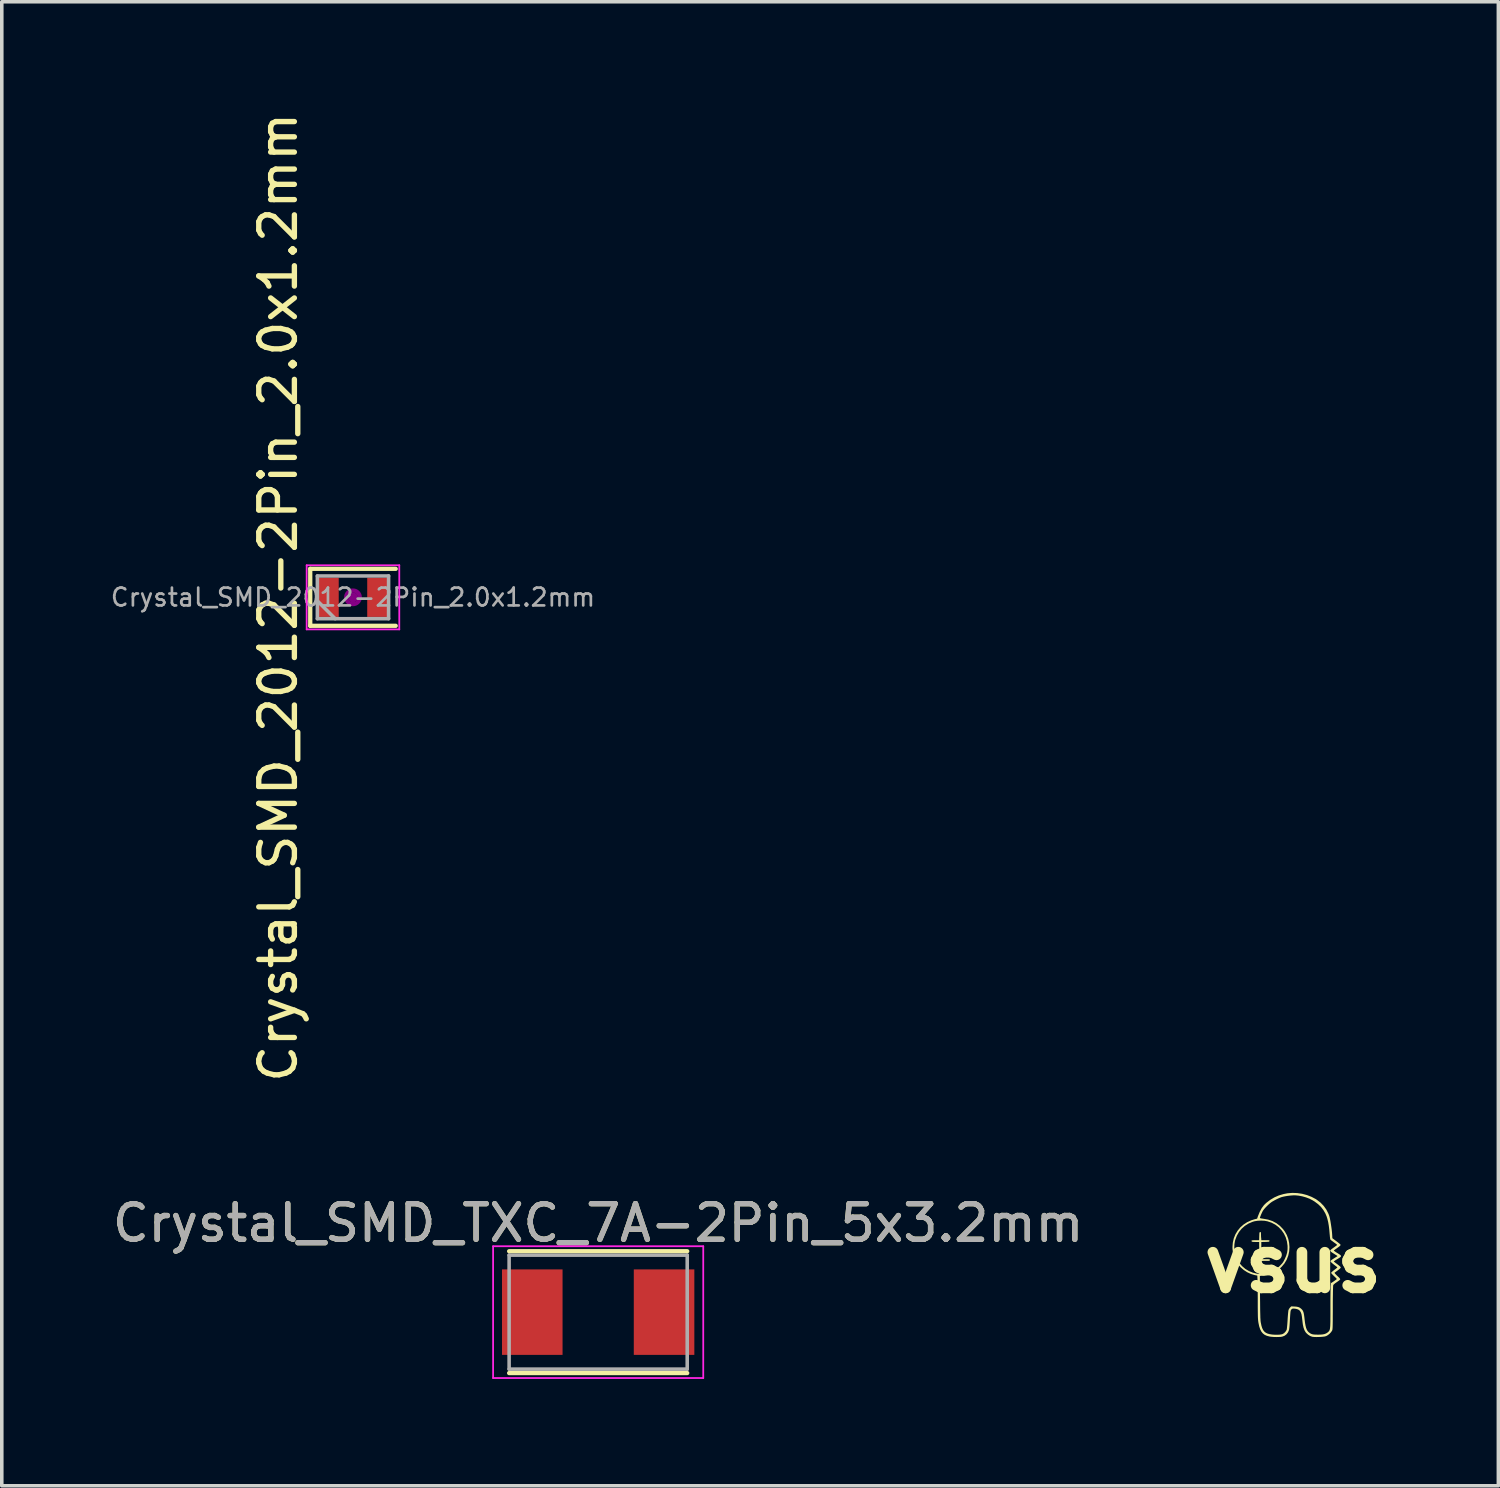
<source format=kicad_pcb>
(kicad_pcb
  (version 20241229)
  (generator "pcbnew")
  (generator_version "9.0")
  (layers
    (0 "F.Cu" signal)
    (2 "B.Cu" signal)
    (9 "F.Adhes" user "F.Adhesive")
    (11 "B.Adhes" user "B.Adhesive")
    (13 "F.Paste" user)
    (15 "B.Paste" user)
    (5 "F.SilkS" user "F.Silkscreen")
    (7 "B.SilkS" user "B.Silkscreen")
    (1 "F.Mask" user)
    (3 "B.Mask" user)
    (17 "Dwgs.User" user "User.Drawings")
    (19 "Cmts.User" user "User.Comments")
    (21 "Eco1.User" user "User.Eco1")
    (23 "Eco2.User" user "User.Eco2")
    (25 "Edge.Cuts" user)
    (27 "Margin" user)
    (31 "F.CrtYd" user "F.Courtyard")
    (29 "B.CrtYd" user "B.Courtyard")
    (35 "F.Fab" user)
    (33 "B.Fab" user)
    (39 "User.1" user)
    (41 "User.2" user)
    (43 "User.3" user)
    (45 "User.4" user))
  (footprint "vsus"
    (layer "F.Cu")
    (at 33.252 32.429)
    (property "Reference" "vsus" (at 0 0 0) (layer "F.SilkS") (effects (font (size 1.5 1.5) (thickness 0.3))))
    (attr board_only exclude_from_pos_files exclude_from_bom)
    (fp_poly (pts (xy -0.957 -0.128) (xy -0.894 -0.128) (xy -0.655 -0.125) (xy -0.652 -0.102) (xy -0.651 -0.092) (xy -0.655 -0.086) (xy -0.667 -0.082) (xy -0.691 -0.08) (xy -0.73 -0.08) (xy -0.748 -0.08) (xy -0.798 -0.08) (xy -0.861 -0.078) (xy -0.926 -0.077) (xy -0.981 -0.075) (xy -1.037 -0.074) (xy -1.084 -0.074) (xy -1.119 -0.076) (xy -1.137 -0.08) (xy -1.155 -0.09) (xy -1.16 -0.098) (xy -1.158 -0.108) (xy -1.151 -0.116) (xy -1.136 -0.121) (xy -1.111 -0.125) (xy -1.074 -0.127) (xy -1.024 -0.128)) (stroke (width 0) (type solid)) (fill yes) (layer "F.SilkS"))
    (fp_poly (pts (xy -0.904 -0.883) (xy -0.901 -0.868) (xy -0.899 -0.839) (xy -0.899 -0.816) (xy -0.898 -0.778) (xy -0.897 -0.748) (xy -0.895 -0.731) (xy -0.895 -0.73) (xy -0.893 -0.713) (xy -0.891 -0.69) (xy -0.89 -0.66) (xy -0.774 -0.66) (xy -0.725 -0.66) (xy -0.692 -0.659) (xy -0.673 -0.657) (xy -0.663 -0.653) (xy -0.661 -0.646) (xy -0.662 -0.637) (xy -0.664 -0.628) (xy -0.67 -0.621) (xy -0.684 -0.617) (xy -0.708 -0.615) (xy -0.747 -0.613) (xy -0.777 -0.612) (xy -0.89 -0.609) (xy -0.89 -0.507) (xy -0.891 -0.451) (xy -0.895 -0.413) (xy -0.901 -0.393) (xy -0.902 -0.392) (xy -0.919 -0.381) (xy -0.933 -0.388) (xy -0.94 -0.399) (xy -0.944 -0.417) (xy -0.948 -0.45) (xy -0.95 -0.491) (xy -0.95 -0.514) (xy -0.95 -0.61) (xy -1.049 -0.61) (xy -1.099 -0.611) (xy -1.132 -0.614) (xy -1.152 -0.619) (xy -1.16 -0.625) (xy -1.168 -0.639) (xy -1.163 -0.649) (xy -1.144 -0.656) (xy -1.108 -0.659) (xy -1.055 -0.66) (xy -0.951 -0.66) (xy -0.948 -0.772) (xy -0.946 -0.821) (xy -0.945 -0.854) (xy -0.941 -0.873) (xy -0.936 -0.883) (xy -0.929 -0.887) (xy -0.922 -0.888) (xy -0.911 -0.889)) (stroke (width 0) (type solid)) (fill yes) (layer "F.SilkS"))
    (fp_poly (pts (xy 0.117 -1.983) (xy 0.256 -1.963) (xy 0.392 -1.927) (xy 0.52 -1.877) (xy 0.638 -1.815) (xy 0.665 -1.797) (xy 0.772 -1.715) (xy 0.862 -1.622) (xy 0.935 -1.52) (xy 0.994 -1.404) (xy 1.013 -1.354) (xy 1.025 -1.314) (xy 1.038 -1.258) (xy 1.051 -1.191) (xy 1.063 -1.116) (xy 1.075 -1.037) (xy 1.086 -0.959) (xy 1.094 -0.885) (xy 1.099 -0.82) (xy 1.105 -0.715) (xy 1.214 -0.634) (xy 1.254 -0.603) (xy 1.289 -0.576) (xy 1.316 -0.553) (xy 1.33 -0.54) (xy 1.331 -0.538) (xy 1.334 -0.526) (xy 1.33 -0.514) (xy 1.316 -0.498) (xy 1.29 -0.477) (xy 1.25 -0.448) (xy 1.233 -0.435) (xy 1.197 -0.411) (xy 1.168 -0.389) (xy 1.15 -0.375) (xy 1.145 -0.37) (xy 1.151 -0.362) (xy 1.172 -0.347) (xy 1.203 -0.325) (xy 1.242 -0.3) (xy 1.245 -0.299) (xy 1.296 -0.267) (xy 1.33 -0.242) (xy 1.347 -0.222) (xy 1.346 -0.203) (xy 1.328 -0.183) (xy 1.292 -0.159) (xy 1.245 -0.13) (xy 1.205 -0.106) (xy 1.173 -0.085) (xy 1.152 -0.069) (xy 1.144 -0.062) (xy 1.144 -0.061) (xy 1.153 -0.053) (xy 1.176 -0.036) (xy 1.207 -0.012) (xy 1.244 0.015) (xy 1.29 0.051) (xy 1.321 0.077) (xy 1.337 0.097) (xy 1.34 0.106) (xy 1.332 0.122) (xy 1.309 0.146) (xy 1.269 0.178) (xy 1.212 0.22) (xy 1.166 0.253) (xy 1.168 0.262) (xy 1.184 0.283) (xy 1.214 0.314) (xy 1.243 0.343) (xy 1.284 0.381) (xy 1.31 0.409) (xy 1.323 0.429) (xy 1.325 0.441) (xy 1.325 0.442) (xy 1.314 0.454) (xy 1.29 0.474) (xy 1.257 0.498) (xy 1.23 0.517) (xy 1.186 0.547) (xy 1.153 0.574) (xy 1.133 0.595) (xy 1.13 0.601) (xy 1.127 0.617) (xy 1.125 0.651) (xy 1.123 0.703) (xy 1.121 0.774) (xy 1.12 0.864) (xy 1.118 0.973) (xy 1.117 1.102) (xy 1.117 1.236) (xy 1.117 1.361) (xy 1.116 1.468) (xy 1.116 1.559) (xy 1.115 1.634) (xy 1.114 1.695) (xy 1.113 1.744) (xy 1.112 1.783) (xy 1.11 1.812) (xy 1.108 1.835) (xy 1.106 1.851) (xy 1.103 1.864) (xy 1.099 1.873) (xy 1.095 1.882) (xy 1.093 1.886) (xy 1.063 1.928) (xy 1.022 1.971) (xy 0.974 2.008) (xy 0.929 2.033) (xy 0.922 2.035) (xy 0.889 2.044) (xy 0.841 2.05) (xy 0.782 2.055) (xy 0.72 2.058) (xy 0.657 2.059) (xy 0.6 2.058) (xy 0.554 2.053) (xy 0.539 2.051) (xy 0.482 2.03) (xy 0.425 1.994) (xy 0.373 1.946) (xy 0.353 1.922) (xy 0.322 1.868) (xy 0.296 1.798) (xy 0.277 1.713) (xy 0.271 1.668) (xy 0.265 1.617) (xy 0.258 1.558) (xy 0.251 1.501) (xy 0.25 1.49) (xy 0.237 1.415) (xy 0.215 1.357) (xy 0.185 1.314) (xy 0.143 1.285) (xy 0.088 1.268) (xy 0.045 1.262) (xy 0.009 1.26) (xy -0.013 1.262) (xy -0.029 1.27) (xy -0.043 1.282) (xy -0.051 1.291) (xy -0.058 1.301) (xy -0.063 1.313) (xy -0.068 1.332) (xy -0.072 1.358) (xy -0.075 1.393) (xy -0.079 1.441) (xy -0.083 1.504) (xy -0.088 1.583) (xy -0.09 1.626) (xy -0.094 1.689) (xy -0.098 1.747) (xy -0.103 1.797) (xy -0.108 1.835) (xy -0.111 1.856) (xy -0.139 1.925) (xy -0.181 1.98) (xy -0.236 2.022) (xy -0.301 2.047) (xy -0.308 2.049) (xy -0.351 2.055) (xy -0.408 2.058) (xy -0.473 2.059) (xy -0.54 2.057) (xy -0.602 2.052) (xy -0.654 2.046) (xy -0.655 2.045) (xy -0.731 2.026) (xy -0.794 1.998) (xy -0.846 1.958) (xy -0.889 1.906) (xy -0.923 1.839) (xy -0.95 1.757) (xy -0.971 1.657) (xy -0.975 1.63) (xy -0.979 1.601) (xy -0.982 1.564) (xy -0.985 1.519) (xy -0.987 1.463) (xy -0.988 1.395) (xy -0.989 1.312) (xy -0.99 1.214) (xy -0.99 1.098) (xy -0.99 1.069) (xy -0.99 0.969) (xy -0.991 0.87) (xy -0.991 0.775) (xy -0.992 0.687) (xy -0.993 0.608) (xy -0.994 0.543) (xy -0.996 0.492) (xy -0.996 0.469) (xy -1.002 0.343) (xy -0.931 0.343) (xy -0.926 0.954) (xy -0.924 1.088) (xy -0.923 1.204) (xy -0.922 1.303) (xy -0.92 1.386) (xy -0.918 1.456) (xy -0.917 1.513) (xy -0.914 1.559) (xy -0.912 1.596) (xy -0.909 1.625) (xy -0.906 1.648) (xy -0.905 1.649) (xy -0.887 1.738) (xy -0.865 1.809) (xy -0.838 1.864) (xy -0.804 1.907) (xy -0.763 1.939) (xy -0.713 1.962) (xy -0.705 1.965) (xy -0.65 1.979) (xy -0.585 1.989) (xy -0.514 1.994) (xy -0.443 1.995) (xy -0.378 1.992) (xy -0.323 1.984) (xy -0.292 1.975) (xy -0.251 1.95) (xy -0.212 1.91) (xy -0.181 1.862) (xy -0.176 1.844) (xy -0.171 1.809) (xy -0.166 1.759) (xy -0.16 1.696) (xy -0.155 1.622) (xy -0.153 1.592) (xy -0.149 1.521) (xy -0.144 1.455) (xy -0.139 1.397) (xy -0.134 1.35) (xy -0.13 1.318) (xy -0.128 1.306) (xy -0.114 1.273) (xy -0.092 1.241) (xy -0.084 1.232) (xy -0.05 1.198) (xy 0.043 1.202) (xy 0.104 1.207) (xy 0.152 1.218) (xy 0.19 1.235) (xy 0.226 1.262) (xy 0.233 1.269) (xy 0.256 1.292) (xy 0.274 1.317) (xy 0.288 1.348) (xy 0.3 1.386) (xy 0.309 1.435) (xy 0.318 1.499) (xy 0.325 1.561) (xy 0.337 1.658) (xy 0.351 1.737) (xy 0.367 1.801) (xy 0.387 1.852) (xy 0.411 1.892) (xy 0.44 1.924) (xy 0.453 1.934) (xy 0.485 1.956) (xy 0.517 1.972) (xy 0.552 1.983) (xy 0.596 1.989) (xy 0.652 1.991) (xy 0.694 1.992) (xy 0.773 1.991) (xy 0.837 1.985) (xy 0.888 1.974) (xy 0.93 1.957) (xy 0.967 1.934) (xy 0.978 1.925) (xy 0.992 1.912) (xy 1.005 1.9) (xy 1.015 1.886) (xy 1.024 1.87) (xy 1.031 1.85) (xy 1.037 1.823) (xy 1.041 1.789) (xy 1.045 1.746) (xy 1.047 1.692) (xy 1.049 1.626) (xy 1.049 1.546) (xy 1.05 1.451) (xy 1.05 1.338) (xy 1.05 1.23) (xy 1.05 1.124) (xy 1.05 1.022) (xy 1.051 0.927) (xy 1.052 0.841) (xy 1.053 0.765) (xy 1.054 0.701) (xy 1.055 0.652) (xy 1.056 0.62) (xy 1.057 0.611) (xy 1.063 0.548) (xy 1.147 0.493) (xy 1.182 0.468) (xy 1.21 0.448) (xy 1.226 0.434) (xy 1.23 0.43) (xy 1.223 0.42) (xy 1.205 0.4) (xy 1.177 0.373) (xy 1.15 0.347) (xy 1.118 0.315) (xy 1.091 0.287) (xy 1.075 0.266) (xy 1.07 0.256) (xy 1.078 0.244) (xy 1.098 0.224) (xy 1.129 0.198) (xy 1.16 0.174) (xy 1.196 0.147) (xy 1.224 0.124) (xy 1.241 0.108) (xy 1.245 0.101) (xy 1.235 0.093) (xy 1.212 0.075) (xy 1.181 0.051) (xy 1.147 0.025) (xy 1.104 -0.01) (xy 1.073 -0.038) (xy 1.055 -0.059) (xy 1.052 -0.066) (xy 1.054 -0.078) (xy 1.064 -0.09) (xy 1.085 -0.107) (xy 1.119 -0.13) (xy 1.149 -0.149) (xy 1.189 -0.174) (xy 1.221 -0.194) (xy 1.242 -0.208) (xy 1.25 -0.214) (xy 1.242 -0.22) (xy 1.221 -0.235) (xy 1.189 -0.254) (xy 1.163 -0.271) (xy 1.112 -0.303) (xy 1.077 -0.327) (xy 1.056 -0.346) (xy 1.046 -0.36) (xy 1.046 -0.373) (xy 1.046 -0.375) (xy 1.057 -0.387) (xy 1.08 -0.407) (xy 1.113 -0.432) (xy 1.146 -0.456) (xy 1.183 -0.483) (xy 1.213 -0.505) (xy 1.233 -0.521) (xy 1.24 -0.528) (xy 1.232 -0.536) (xy 1.211 -0.553) (xy 1.181 -0.577) (xy 1.149 -0.599) (xy 1.112 -0.627) (xy 1.08 -0.65) (xy 1.058 -0.668) (xy 1.05 -0.676) (xy 1.045 -0.689) (xy 1.04 -0.719) (xy 1.035 -0.761) (xy 1.031 -0.811) (xy 1.029 -0.826) (xy 1.018 -0.957) (xy 1.004 -1.07) (xy 0.987 -1.168) (xy 0.966 -1.255) (xy 0.942 -1.332) (xy 0.912 -1.402) (xy 0.906 -1.415) (xy 0.851 -1.509) (xy 0.785 -1.594) (xy 0.705 -1.671) (xy 0.609 -1.743) (xy 0.551 -1.779) (xy 0.466 -1.823) (xy 0.367 -1.861) (xy 0.261 -1.891) (xy 0.156 -1.911) (xy 0.056 -1.92) (xy 0.039 -1.92) (xy -0.016 -1.918) (xy -0.082 -1.912) (xy -0.151 -1.904) (xy -0.218 -1.893) (xy -0.277 -1.881) (xy -0.322 -1.869) (xy -0.324 -1.869) (xy -0.381 -1.847) (xy -0.446 -1.817) (xy -0.514 -1.782) (xy -0.576 -1.747) (xy -0.6 -1.732) (xy -0.64 -1.702) (xy -0.685 -1.663) (xy -0.732 -1.618) (xy -0.777 -1.572) (xy -0.815 -1.529) (xy -0.841 -1.492) (xy -0.845 -1.487) (xy -0.862 -1.455) (xy -0.88 -1.416) (xy -0.899 -1.374) (xy -0.914 -1.335) (xy -0.926 -1.304) (xy -0.93 -1.286) (xy -0.93 -1.285) (xy -0.921 -1.278) (xy -0.894 -1.271) (xy -0.847 -1.264) (xy -0.825 -1.261) (xy -0.696 -1.237) (xy -0.576 -1.196) (xy -0.467 -1.138) (xy -0.368 -1.063) (xy -0.279 -0.97) (xy -0.232 -0.907) (xy -0.175 -0.807) (xy -0.134 -0.698) (xy -0.109 -0.583) (xy -0.1 -0.465) (xy -0.108 -0.346) (xy -0.133 -0.23) (xy -0.175 -0.119) (xy -0.182 -0.105) (xy -0.242 -0.005) (xy -0.319 0.087) (xy -0.408 0.168) (xy -0.507 0.235) (xy -0.553 0.259) (xy -0.647 0.298) (xy -0.739 0.323) (xy -0.839 0.336) (xy -0.847 0.337) (xy -0.931 0.343) (xy -1.002 0.343) (xy -1.003 0.334) (xy -1.082 0.318) (xy -1.184 0.287) (xy -1.285 0.24) (xy -1.38 0.179) (xy -1.466 0.105) (xy -1.538 0.025) (xy -1.605 -0.078) (xy -1.653 -0.183) (xy -1.684 -0.294) (xy -1.699 -0.414) (xy -1.699 -0.444) (xy -1.649 -0.444) (xy -1.641 -0.346) (xy -1.623 -0.255) (xy -1.617 -0.238) (xy -1.571 -0.125) (xy -1.508 -0.022) (xy -1.43 0.068) (xy -1.34 0.145) (xy -1.237 0.207) (xy -1.124 0.253) (xy -1.018 0.279) (xy -0.962 0.285) (xy -0.894 0.285) (xy -0.822 0.281) (xy -0.753 0.271) (xy -0.7 0.26) (xy -0.602 0.225) (xy -0.514 0.178) (xy -0.43 0.117) (xy -0.374 0.065) (xy -0.333 0.023) (xy -0.302 -0.011) (xy -0.278 -0.044) (xy -0.257 -0.081) (xy -0.233 -0.128) (xy -0.232 -0.13) (xy -0.191 -0.225) (xy -0.165 -0.314) (xy -0.153 -0.403) (xy -0.153 -0.498) (xy -0.153 -0.5) (xy -0.17 -0.623) (xy -0.204 -0.738) (xy -0.255 -0.844) (xy -0.322 -0.94) (xy -0.402 -1.024) (xy -0.495 -1.095) (xy -0.601 -1.151) (xy -0.716 -1.19) (xy -0.72 -1.191) (xy -0.803 -1.206) (xy -0.896 -1.21) (xy -0.99 -1.206) (xy -1.079 -1.192) (xy -1.135 -1.176) (xy -1.249 -1.127) (xy -1.351 -1.063) (xy -1.441 -0.984) (xy -1.516 -0.892) (xy -1.576 -0.788) (xy -1.62 -0.674) (xy -1.631 -0.633) (xy -1.646 -0.542) (xy -1.649 -0.444) (xy -1.699 -0.444) (xy -1.7 -0.466) (xy -1.69 -0.592) (xy -1.663 -0.711) (xy -1.618 -0.823) (xy -1.557 -0.925) (xy -1.481 -1.018) (xy -1.391 -1.098) (xy -1.289 -1.165) (xy -1.174 -1.217) (xy -1.087 -1.245) (xy -1.008 -1.265) (xy -0.984 -1.335) (xy -0.935 -1.455) (xy -0.879 -1.559) (xy -0.815 -1.645) (xy -0.753 -1.706) (xy -0.639 -1.793) (xy -0.523 -1.862) (xy -0.4 -1.916) (xy -0.268 -1.955) (xy -0.155 -1.977) (xy -0.021 -1.988)) (stroke (width 0) (type solid)) (fill yes) (layer "F.SilkS")))
  (footprint "Crystal_SMD_TXC_7A-2Pin_5x3.2mm"
    (layer "F.Cu")
    (at 13.744 33.789)
    (property "Reference" "Crystal_SMD_TXC_7A-2Pin_5x3.2mm" (at 0 -2.5 0) (layer "F.SilkS") (effects (font (size 1 1) (thickness 0.15))))
    (attr smd)
    (fp_line (start -2.5 -1.71) (end 2.5 -1.71) (stroke (width 0.12) (type solid)) (layer "F.SilkS"))
    (fp_line (start -2.5 1.71) (end 2.5 1.71) (stroke (width 0.12) (type solid)) (layer "F.SilkS"))
    (fp_line (start -2.95 -1.85) (end -2.95 1.85) (stroke (width 0.05) (type solid)) (layer "F.CrtYd"))
    (fp_line (start -2.95 -1.85) (end 2.95 -1.85) (stroke (width 0.05) (type solid)) (layer "F.CrtYd"))
    (fp_line (start 2.95 -1.85) (end 2.95 1.85) (stroke (width 0.05) (type solid)) (layer "F.CrtYd"))
    (fp_line (start 2.95 1.85) (end -2.95 1.85) (stroke (width 0.05) (type solid)) (layer "F.CrtYd"))
    (fp_line (start -2.5 -1.6) (end -2.5 1.6) (stroke (width 0.1) (type solid)) (layer "F.Fab"))
    (fp_line (start -2.5 -1.6) (end 2.5 -1.6) (stroke (width 0.1) (type solid)) (layer "F.Fab"))
    (fp_line (start -2.5 1.6) (end 2.5 1.6) (stroke (width 0.1) (type solid)) (layer "F.Fab"))
    (fp_line (start 2.5 -1.6) (end 2.5 1.6) (stroke (width 0.1) (type solid)) (layer "F.Fab"))
    (fp_text user "${REFERENCE}" (at 0 -2.5 0) (layer "F.Fab") (effects (font (size 1 1) (thickness 0.15))))
    (pad "1" smd rect (at -1.85 0) (size 1.7 2.4) (layers "F.Cu" "F.Mask" "F.Paste"))
    (pad "2" smd rect (at 1.85 0) (size 1.7 2.4) (layers "F.Cu" "F.Mask" "F.Paste")))
  (footprint "Crystal_SMD_2012-2Pin_2.0x1.2mm"
    (layer "F.Cu")
    (at 6.86 13.72)
    (property "Reference" "Crystal_SMD_2012-2Pin_2.0x1.2mm" (at -2.1 0 90) (layer "F.SilkS") (effects (font (size 1 1) (thickness 0.15))))
    (attr smd)
    (fp_line (start -1.2 -0.8) (end -1.2 0.8) (stroke (width 0.12) (type solid)) (layer "F.SilkS"))
    (fp_line (start -1.2 0.8) (end 1.2 0.8) (stroke (width 0.12) (type solid)) (layer "F.SilkS"))
    (fp_line (start 1.2 -0.8) (end -1.2 -0.8) (stroke (width 0.12) (type solid)) (layer "F.SilkS"))
    (fp_circle (center 0 0) (end 0.047 0) (stroke (width 0.093) (type solid)) (fill no) (layer "F.Adhes"))
    (fp_circle (center 0 0) (end 0.107 0) (stroke (width 0.067) (type solid)) (fill no) (layer "F.Adhes"))
    (fp_circle (center 0 0) (end 0.167 0) (stroke (width 0.067) (type solid)) (fill no) (layer "F.Adhes"))
    (fp_circle (center 0 0) (end 0.2 0) (stroke (width 0.1) (type solid)) (fill no) (layer "F.Adhes"))
    (fp_line (start -1.3 -0.9) (end -1.3 0.9) (stroke (width 0.05) (type solid)) (layer "F.CrtYd"))
    (fp_line (start -1.3 0.9) (end 1.3 0.9) (stroke (width 0.05) (type solid)) (layer "F.CrtYd"))
    (fp_line (start 1.3 -0.9) (end -1.3 -0.9) (stroke (width 0.05) (type solid)) (layer "F.CrtYd"))
    (fp_line (start 1.3 0.9) (end 1.3 -0.9) (stroke (width 0.05) (type solid)) (layer "F.CrtYd"))
    (fp_line (start -1 -0.6) (end -1 0.6) (stroke (width 0.1) (type solid)) (layer "F.Fab"))
    (fp_line (start -1 0.1) (end -0.5 0.6) (stroke (width 0.1) (type solid)) (layer "F.Fab"))
    (fp_line (start -1 0.6) (end 1 0.6) (stroke (width 0.1) (type solid)) (layer "F.Fab"))
    (fp_line (start 1 -0.6) (end -1 -0.6) (stroke (width 0.1) (type solid)) (layer "F.Fab"))
    (fp_line (start 1 0.6) (end 1 -0.6) (stroke (width 0.1) (type solid)) (layer "F.Fab"))
    (fp_text user "${REFERENCE}" (at 0 0 180) (layer "F.Fab") (effects (font (size 0.5 0.5) (thickness 0.075))))
    (pad "1" smd rect (at -0.7 0) (size 0.6 1.1) (layers "F.Cu" "F.Mask" "F.Paste"))
    (pad "2" smd rect (at 0.7 0) (size 0.6 1.1) (layers "F.Cu" "F.Mask" "F.Paste")))
  (gr_rect
    (start -3 -3)
    (end 39.017 38.664)
    (stroke (width 0.1) (type default))
    (fill no)
    (layer "Edge.Cuts")))
</source>
